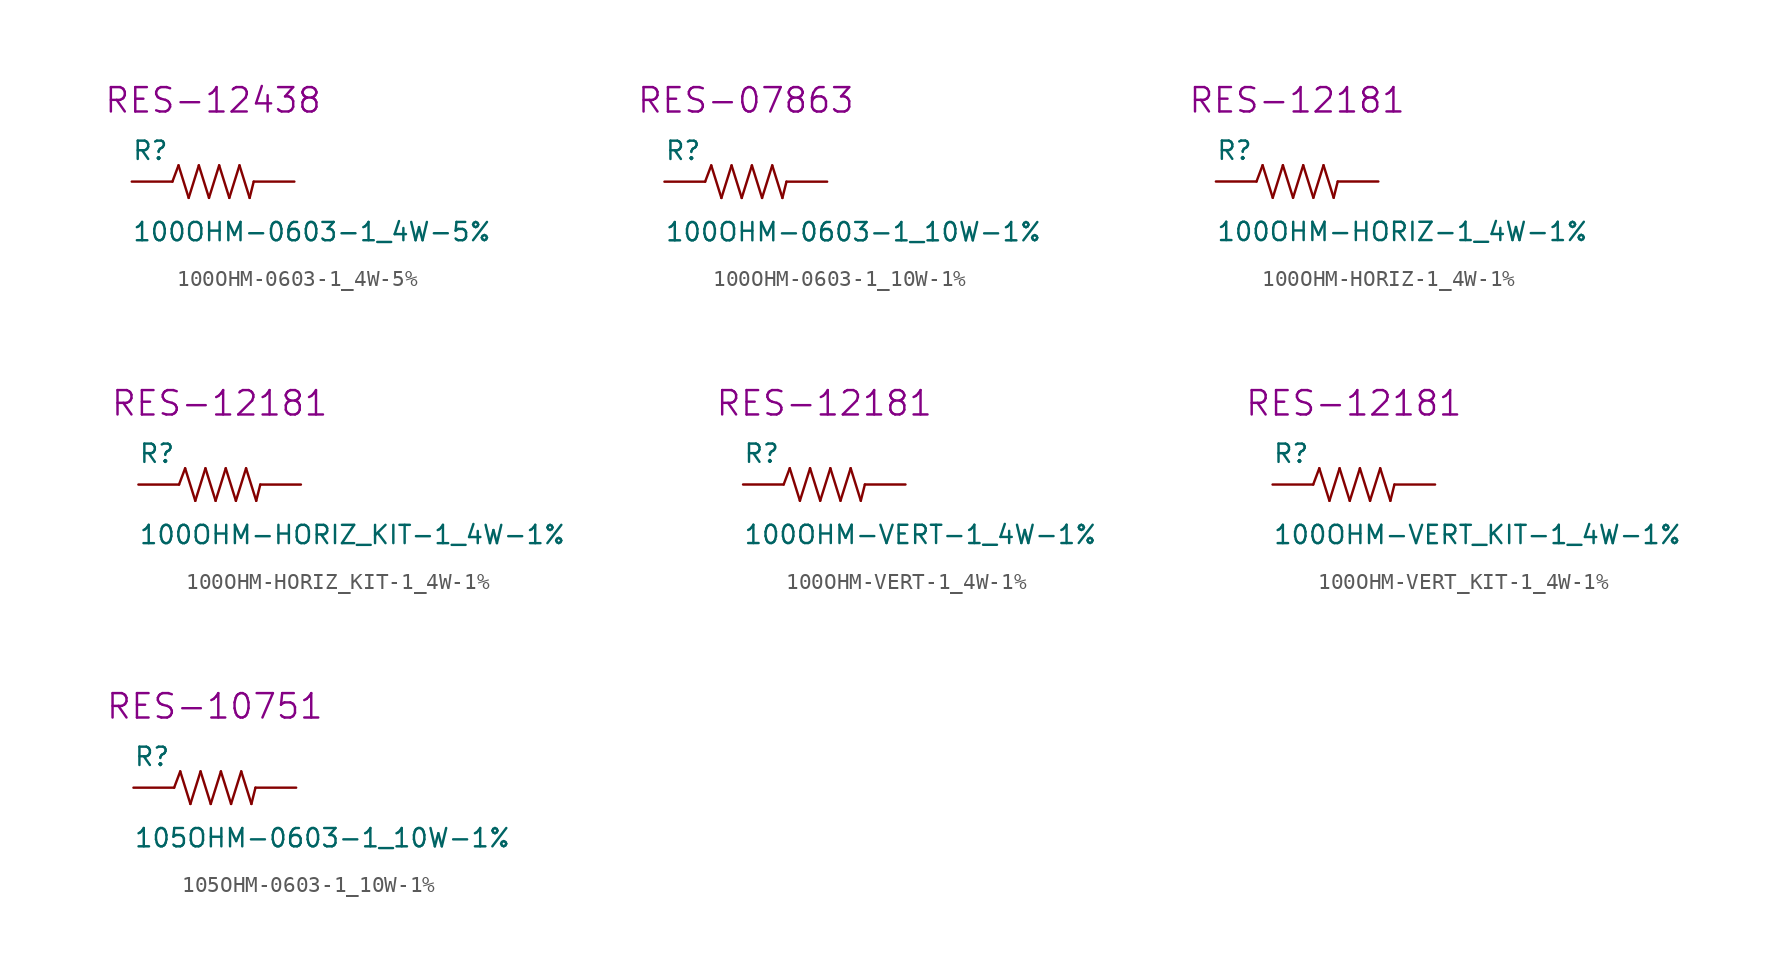
<source format=kicad_sym>
(kicad_symbol_lib
  (version 20211014)
  (generator kicad_symbol_editor)
  (symbol "100OHM-0603-1_4W-5%"
    (pin_numbers hide)
    (pin_names
      (offset 1.016) hide)
    (property "Reference" "R"
      (at -5.08 1.27 0)
      (effects (font (size 1.143 1.143)) (justify left bottom)))
    (property "Value" "100OHM-0603-1_4W-5%"
      (at -5.08 -3.81 0)
      (effects (font (size 1.143 1.143)) (justify left bottom)))
    (property "Field4" "RES-12438"
      (at 0 5.08 0)
      (effects (font (size 1.524 1.524))))
    (property "ki_locked" ""
      (at 0 0 0)
      (effects (font (size 1.27 1.27))))
    (symbol "100OHM-0603-1_4W-5%_1_0"
      (polyline (pts (xy -2.54 0) (xy -2.159 1.016)) (stroke (width 0) (type default) (color 0 0 0 0)) (fill (type none)))
      (polyline (pts (xy -2.159 1.016) (xy -1.524 -1.016)) (stroke (width 0) (type default) (color 0 0 0 0)) (fill (type none)))
      (polyline (pts (xy -1.524 -1.016) (xy -0.889 1.016)) (stroke (width 0) (type default) (color 0 0 0 0)) (fill (type none)))
      (polyline (pts (xy -0.889 1.016) (xy -0.254 -1.016)) (stroke (width 0) (type default) (color 0 0 0 0)) (fill (type none)))
      (polyline (pts (xy -0.254 -1.016) (xy 0.381 1.016)) (stroke (width 0) (type default) (color 0 0 0 0)) (fill (type none)))
      (polyline (pts (xy 0.381 1.016) (xy 1.016 -1.016)) (stroke (width 0) (type default) (color 0 0 0 0)) (fill (type none)))
      (polyline (pts (xy 1.016 -1.016) (xy 1.651 1.016)) (stroke (width 0) (type default) (color 0 0 0 0)) (fill (type none)))
      (polyline (pts (xy 1.651 1.016) (xy 2.286 -1.016)) (stroke (width 0) (type default) (color 0 0 0 0)) (fill (type none)))
      (polyline (pts (xy 2.286 -1.016) (xy 2.54 0)) (stroke (width 0) (type default) (color 0 0 0 0)) (fill (type none))))
    (symbol "100OHM-0603-1_4W-5%_1_1"
      (pin passive line (at -5.08 0 0) (length 2.54) (name "1" (effects (font (size 1.016 1.016)))) (number "1" (effects (font (size 1.016 1.016)))))
      (pin passive line (at 5.08 0 180) (length 2.54) (name "2" (effects (font (size 1.016 1.016)))) (number "2" (effects (font (size 1.016 1.016)))))))
  (symbol "100OHM-0603-1_10W-1%"
    (pin_numbers hide)
    (pin_names
      (offset 1.016) hide)
    (property "Reference" "R"
      (at -5.08 1.27 0)
      (effects (font (size 1.143 1.143)) (justify left bottom)))
    (property "Value" "100OHM-0603-1_10W-1%"
      (at -5.08 -3.81 0)
      (effects (font (size 1.143 1.143)) (justify left bottom)))
    (property "Field4" "RES-07863"
      (at 0 5.08 0)
      (effects (font (size 1.524 1.524))))
    (property "ki_locked" ""
      (at 0 0 0)
      (effects (font (size 1.27 1.27))))
    (symbol "100OHM-0603-1_10W-1%_1_0"
      (polyline (pts (xy -2.54 0) (xy -2.159 1.016)) (stroke (width 0) (type default) (color 0 0 0 0)) (fill (type none)))
      (polyline (pts (xy -2.159 1.016) (xy -1.524 -1.016)) (stroke (width 0) (type default) (color 0 0 0 0)) (fill (type none)))
      (polyline (pts (xy -1.524 -1.016) (xy -0.889 1.016)) (stroke (width 0) (type default) (color 0 0 0 0)) (fill (type none)))
      (polyline (pts (xy -0.889 1.016) (xy -0.254 -1.016)) (stroke (width 0) (type default) (color 0 0 0 0)) (fill (type none)))
      (polyline (pts (xy -0.254 -1.016) (xy 0.381 1.016)) (stroke (width 0) (type default) (color 0 0 0 0)) (fill (type none)))
      (polyline (pts (xy 0.381 1.016) (xy 1.016 -1.016)) (stroke (width 0) (type default) (color 0 0 0 0)) (fill (type none)))
      (polyline (pts (xy 1.016 -1.016) (xy 1.651 1.016)) (stroke (width 0) (type default) (color 0 0 0 0)) (fill (type none)))
      (polyline (pts (xy 1.651 1.016) (xy 2.286 -1.016)) (stroke (width 0) (type default) (color 0 0 0 0)) (fill (type none)))
      (polyline (pts (xy 2.286 -1.016) (xy 2.54 0)) (stroke (width 0) (type default) (color 0 0 0 0)) (fill (type none))))
    (symbol "100OHM-0603-1_10W-1%_1_1"
      (pin passive line (at -5.08 0 0) (length 2.54) (name "1" (effects (font (size 1.016 1.016)))) (number "1" (effects (font (size 1.016 1.016)))))
      (pin passive line (at 5.08 0 180) (length 2.54) (name "2" (effects (font (size 1.016 1.016)))) (number "2" (effects (font (size 1.016 1.016)))))))
  (symbol "100OHM-HORIZ-1_4W-1%"
    (pin_numbers hide)
    (pin_names
      (offset 1.016) hide)
    (property "Reference" "R"
      (at -5.08 1.27 0)
      (effects (font (size 1.143 1.143)) (justify left bottom)))
    (property "Value" "100OHM-HORIZ-1_4W-1%"
      (at -5.08 -3.81 0)
      (effects (font (size 1.143 1.143)) (justify left bottom)))
    (property "Field4" "RES-12181"
      (at 0 5.08 0)
      (effects (font (size 1.524 1.524))))
    (property "ki_locked" ""
      (at 0 0 0)
      (effects (font (size 1.27 1.27))))
    (symbol "100OHM-HORIZ-1_4W-1%_1_0"
      (polyline (pts (xy -2.54 0) (xy -2.159 1.016)) (stroke (width 0) (type default) (color 0 0 0 0)) (fill (type none)))
      (polyline (pts (xy -2.159 1.016) (xy -1.524 -1.016)) (stroke (width 0) (type default) (color 0 0 0 0)) (fill (type none)))
      (polyline (pts (xy -1.524 -1.016) (xy -0.889 1.016)) (stroke (width 0) (type default) (color 0 0 0 0)) (fill (type none)))
      (polyline (pts (xy -0.889 1.016) (xy -0.254 -1.016)) (stroke (width 0) (type default) (color 0 0 0 0)) (fill (type none)))
      (polyline (pts (xy -0.254 -1.016) (xy 0.381 1.016)) (stroke (width 0) (type default) (color 0 0 0 0)) (fill (type none)))
      (polyline (pts (xy 0.381 1.016) (xy 1.016 -1.016)) (stroke (width 0) (type default) (color 0 0 0 0)) (fill (type none)))
      (polyline (pts (xy 1.016 -1.016) (xy 1.651 1.016)) (stroke (width 0) (type default) (color 0 0 0 0)) (fill (type none)))
      (polyline (pts (xy 1.651 1.016) (xy 2.286 -1.016)) (stroke (width 0) (type default) (color 0 0 0 0)) (fill (type none)))
      (polyline (pts (xy 2.286 -1.016) (xy 2.54 0)) (stroke (width 0) (type default) (color 0 0 0 0)) (fill (type none))))
    (symbol "100OHM-HORIZ-1_4W-1%_1_1"
      (pin passive line (at -5.08 0 0) (length 2.54) (name "1" (effects (font (size 1.016 1.016)))) (number "P$1" (effects (font (size 1.016 1.016)))))
      (pin passive line (at 5.08 0 180) (length 2.54) (name "2" (effects (font (size 1.016 1.016)))) (number "P$2" (effects (font (size 1.016 1.016)))))))
  (symbol "100OHM-HORIZ_KIT-1_4W-1%"
    (pin_numbers hide)
    (pin_names
      (offset 1.016) hide)
    (property "Reference" "R"
      (at -5.08 1.27 0)
      (effects (font (size 1.143 1.143)) (justify left bottom)))
    (property "Value" "100OHM-HORIZ_KIT-1_4W-1%"
      (at -5.08 -3.81 0)
      (effects (font (size 1.143 1.143)) (justify left bottom)))
    (property "Field4" "RES-12181"
      (at 0 5.08 0)
      (effects (font (size 1.524 1.524))))
    (property "ki_locked" ""
      (at 0 0 0)
      (effects (font (size 1.27 1.27))))
    (symbol "100OHM-HORIZ_KIT-1_4W-1%_1_0"
      (polyline (pts (xy -2.54 0) (xy -2.159 1.016)) (stroke (width 0) (type default) (color 0 0 0 0)) (fill (type none)))
      (polyline (pts (xy -2.159 1.016) (xy -1.524 -1.016)) (stroke (width 0) (type default) (color 0 0 0 0)) (fill (type none)))
      (polyline (pts (xy -1.524 -1.016) (xy -0.889 1.016)) (stroke (width 0) (type default) (color 0 0 0 0)) (fill (type none)))
      (polyline (pts (xy -0.889 1.016) (xy -0.254 -1.016)) (stroke (width 0) (type default) (color 0 0 0 0)) (fill (type none)))
      (polyline (pts (xy -0.254 -1.016) (xy 0.381 1.016)) (stroke (width 0) (type default) (color 0 0 0 0)) (fill (type none)))
      (polyline (pts (xy 0.381 1.016) (xy 1.016 -1.016)) (stroke (width 0) (type default) (color 0 0 0 0)) (fill (type none)))
      (polyline (pts (xy 1.016 -1.016) (xy 1.651 1.016)) (stroke (width 0) (type default) (color 0 0 0 0)) (fill (type none)))
      (polyline (pts (xy 1.651 1.016) (xy 2.286 -1.016)) (stroke (width 0) (type default) (color 0 0 0 0)) (fill (type none)))
      (polyline (pts (xy 2.286 -1.016) (xy 2.54 0)) (stroke (width 0) (type default) (color 0 0 0 0)) (fill (type none))))
    (symbol "100OHM-HORIZ_KIT-1_4W-1%_1_1"
      (pin passive line (at -5.08 0 0) (length 2.54) (name "1" (effects (font (size 1.016 1.016)))) (number "P$1" (effects (font (size 1.016 1.016)))))
      (pin passive line (at 5.08 0 180) (length 2.54) (name "2" (effects (font (size 1.016 1.016)))) (number "P$2" (effects (font (size 1.016 1.016)))))))
  (symbol "100OHM-VERT-1_4W-1%"
    (pin_numbers hide)
    (pin_names
      (offset 1.016) hide)
    (property "Reference" "R"
      (at -5.08 1.27 0)
      (effects (font (size 1.143 1.143)) (justify left bottom)))
    (property "Value" "100OHM-VERT-1_4W-1%"
      (at -5.08 -3.81 0)
      (effects (font (size 1.143 1.143)) (justify left bottom)))
    (property "Field4" "RES-12181"
      (at 0 5.08 0)
      (effects (font (size 1.524 1.524))))
    (property "ki_locked" ""
      (at 0 0 0)
      (effects (font (size 1.27 1.27))))
    (symbol "100OHM-VERT-1_4W-1%_1_0"
      (polyline (pts (xy -2.54 0) (xy -2.159 1.016)) (stroke (width 0) (type default) (color 0 0 0 0)) (fill (type none)))
      (polyline (pts (xy -2.159 1.016) (xy -1.524 -1.016)) (stroke (width 0) (type default) (color 0 0 0 0)) (fill (type none)))
      (polyline (pts (xy -1.524 -1.016) (xy -0.889 1.016)) (stroke (width 0) (type default) (color 0 0 0 0)) (fill (type none)))
      (polyline (pts (xy -0.889 1.016) (xy -0.254 -1.016)) (stroke (width 0) (type default) (color 0 0 0 0)) (fill (type none)))
      (polyline (pts (xy -0.254 -1.016) (xy 0.381 1.016)) (stroke (width 0) (type default) (color 0 0 0 0)) (fill (type none)))
      (polyline (pts (xy 0.381 1.016) (xy 1.016 -1.016)) (stroke (width 0) (type default) (color 0 0 0 0)) (fill (type none)))
      (polyline (pts (xy 1.016 -1.016) (xy 1.651 1.016)) (stroke (width 0) (type default) (color 0 0 0 0)) (fill (type none)))
      (polyline (pts (xy 1.651 1.016) (xy 2.286 -1.016)) (stroke (width 0) (type default) (color 0 0 0 0)) (fill (type none)))
      (polyline (pts (xy 2.286 -1.016) (xy 2.54 0)) (stroke (width 0) (type default) (color 0 0 0 0)) (fill (type none))))
    (symbol "100OHM-VERT-1_4W-1%_1_1"
      (pin passive line (at -5.08 0 0) (length 2.54) (name "1" (effects (font (size 1.016 1.016)))) (number "P$1" (effects (font (size 1.016 1.016)))))
      (pin passive line (at 5.08 0 180) (length 2.54) (name "2" (effects (font (size 1.016 1.016)))) (number "P$2" (effects (font (size 1.016 1.016)))))))
  (symbol "100OHM-VERT_KIT-1_4W-1%"
    (pin_numbers hide)
    (pin_names
      (offset 1.016) hide)
    (property "Reference" "R"
      (at -5.08 1.27 0)
      (effects (font (size 1.143 1.143)) (justify left bottom)))
    (property "Value" "100OHM-VERT_KIT-1_4W-1%"
      (at -5.08 -3.81 0)
      (effects (font (size 1.143 1.143)) (justify left bottom)))
    (property "Field4" "RES-12181"
      (at 0 5.08 0)
      (effects (font (size 1.524 1.524))))
    (property "ki_locked" ""
      (at 0 0 0)
      (effects (font (size 1.27 1.27))))
    (symbol "100OHM-VERT_KIT-1_4W-1%_1_0"
      (polyline (pts (xy -2.54 0) (xy -2.159 1.016)) (stroke (width 0) (type default) (color 0 0 0 0)) (fill (type none)))
      (polyline (pts (xy -2.159 1.016) (xy -1.524 -1.016)) (stroke (width 0) (type default) (color 0 0 0 0)) (fill (type none)))
      (polyline (pts (xy -1.524 -1.016) (xy -0.889 1.016)) (stroke (width 0) (type default) (color 0 0 0 0)) (fill (type none)))
      (polyline (pts (xy -0.889 1.016) (xy -0.254 -1.016)) (stroke (width 0) (type default) (color 0 0 0 0)) (fill (type none)))
      (polyline (pts (xy -0.254 -1.016) (xy 0.381 1.016)) (stroke (width 0) (type default) (color 0 0 0 0)) (fill (type none)))
      (polyline (pts (xy 0.381 1.016) (xy 1.016 -1.016)) (stroke (width 0) (type default) (color 0 0 0 0)) (fill (type none)))
      (polyline (pts (xy 1.016 -1.016) (xy 1.651 1.016)) (stroke (width 0) (type default) (color 0 0 0 0)) (fill (type none)))
      (polyline (pts (xy 1.651 1.016) (xy 2.286 -1.016)) (stroke (width 0) (type default) (color 0 0 0 0)) (fill (type none)))
      (polyline (pts (xy 2.286 -1.016) (xy 2.54 0)) (stroke (width 0) (type default) (color 0 0 0 0)) (fill (type none))))
    (symbol "100OHM-VERT_KIT-1_4W-1%_1_1"
      (pin passive line (at -5.08 0 0) (length 2.54) (name "1" (effects (font (size 1.016 1.016)))) (number "P$1" (effects (font (size 1.016 1.016)))))
      (pin passive line (at 5.08 0 180) (length 2.54) (name "2" (effects (font (size 1.016 1.016)))) (number "P$2" (effects (font (size 1.016 1.016)))))))
  (symbol "105OHM-0603-1_10W-1%"
    (pin_numbers hide)
    (pin_names
      (offset 1.016) hide)
    (property "Reference" "R"
      (at -5.08 1.27 0)
      (effects (font (size 1.143 1.143)) (justify left bottom)))
    (property "Value" "105OHM-0603-1_10W-1%"
      (at -5.08 -3.81 0)
      (effects (font (size 1.143 1.143)) (justify left bottom)))
    (property "Field4" "RES-10751"
      (at 0 5.08 0)
      (effects (font (size 1.524 1.524))))
    (property "ki_locked" ""
      (at 0 0 0)
      (effects (font (size 1.27 1.27))))
    (symbol "105OHM-0603-1_10W-1%_1_0"
      (polyline (pts (xy -2.54 0) (xy -2.159 1.016)) (stroke (width 0) (type default) (color 0 0 0 0)) (fill (type none)))
      (polyline (pts (xy -2.159 1.016) (xy -1.524 -1.016)) (stroke (width 0) (type default) (color 0 0 0 0)) (fill (type none)))
      (polyline (pts (xy -1.524 -1.016) (xy -0.889 1.016)) (stroke (width 0) (type default) (color 0 0 0 0)) (fill (type none)))
      (polyline (pts (xy -0.889 1.016) (xy -0.254 -1.016)) (stroke (width 0) (type default) (color 0 0 0 0)) (fill (type none)))
      (polyline (pts (xy -0.254 -1.016) (xy 0.381 1.016)) (stroke (width 0) (type default) (color 0 0 0 0)) (fill (type none)))
      (polyline (pts (xy 0.381 1.016) (xy 1.016 -1.016)) (stroke (width 0) (type default) (color 0 0 0 0)) (fill (type none)))
      (polyline (pts (xy 1.016 -1.016) (xy 1.651 1.016)) (stroke (width 0) (type default) (color 0 0 0 0)) (fill (type none)))
      (polyline (pts (xy 1.651 1.016) (xy 2.286 -1.016)) (stroke (width 0) (type default) (color 0 0 0 0)) (fill (type none)))
      (polyline (pts (xy 2.286 -1.016) (xy 2.54 0)) (stroke (width 0) (type default) (color 0 0 0 0)) (fill (type none))))
    (symbol "105OHM-0603-1_10W-1%_1_1"
      (pin passive line (at -5.08 0 0) (length 2.54) (name "1" (effects (font (size 1.016 1.016)))) (number "1" (effects (font (size 1.016 1.016)))))
      (pin passive line (at 5.08 0 180) (length 2.54) (name "2" (effects (font (size 1.016 1.016)))) (number "2" (effects (font (size 1.016 1.016))))))))
</source>
